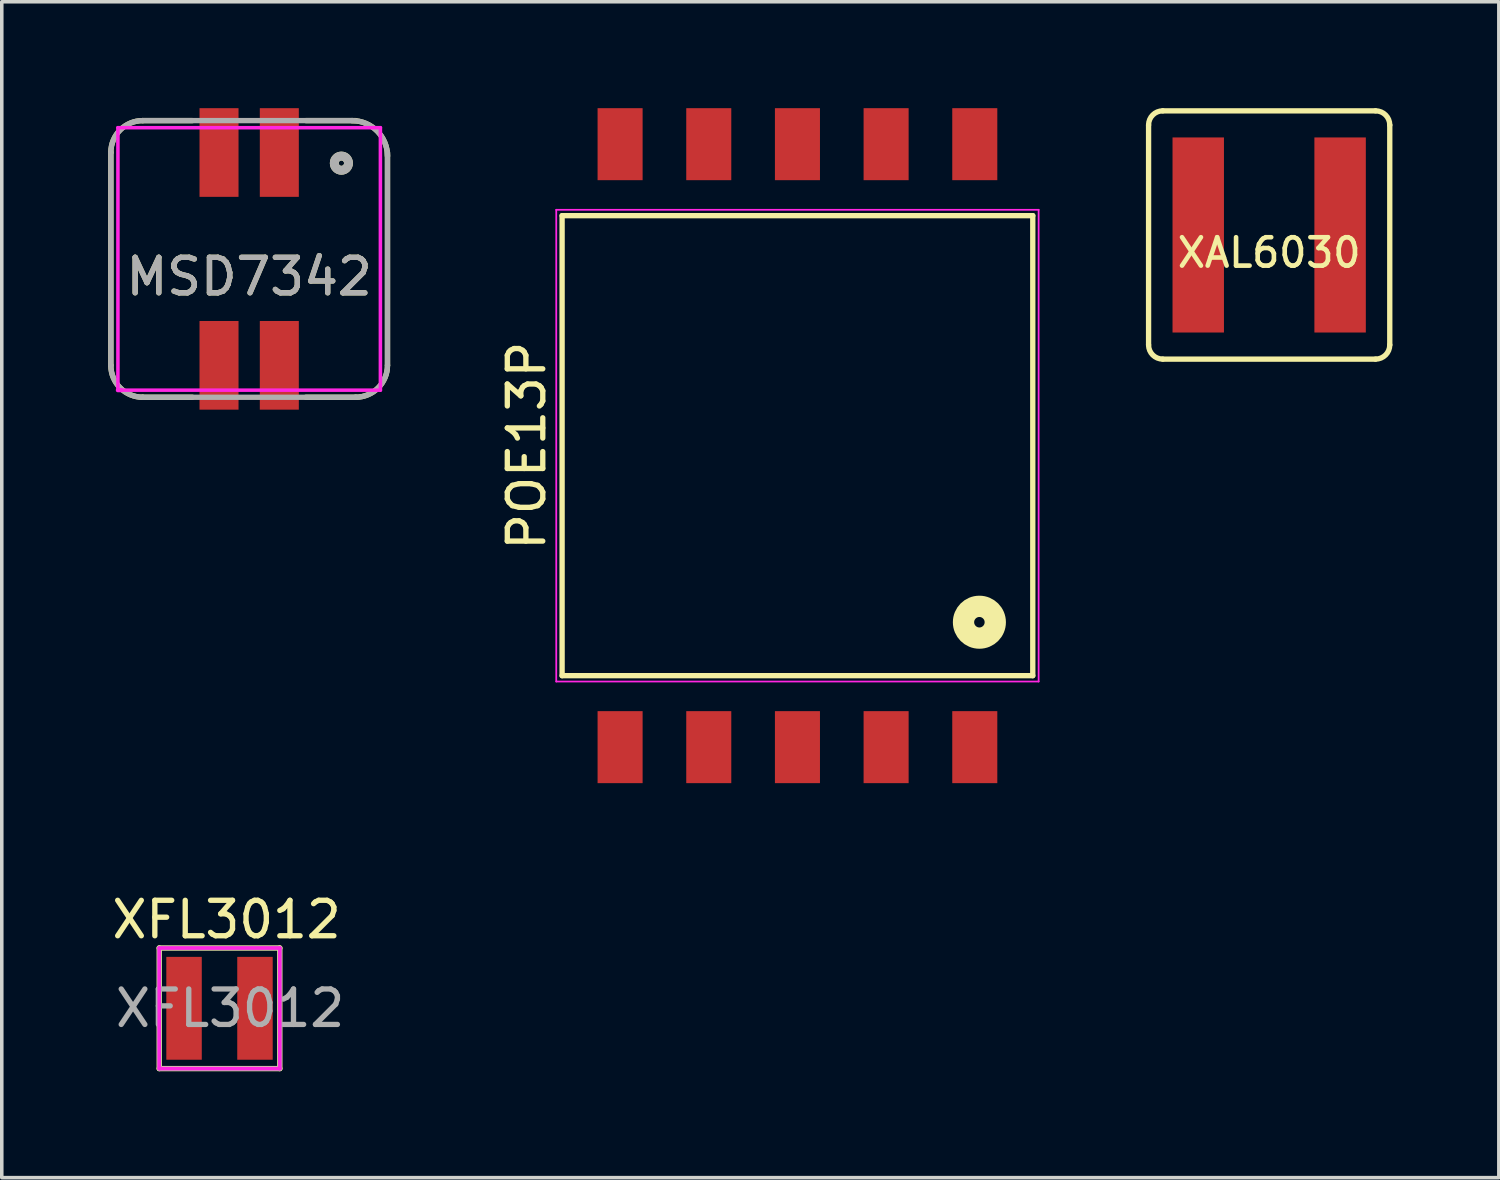
<source format=kicad_pcb>
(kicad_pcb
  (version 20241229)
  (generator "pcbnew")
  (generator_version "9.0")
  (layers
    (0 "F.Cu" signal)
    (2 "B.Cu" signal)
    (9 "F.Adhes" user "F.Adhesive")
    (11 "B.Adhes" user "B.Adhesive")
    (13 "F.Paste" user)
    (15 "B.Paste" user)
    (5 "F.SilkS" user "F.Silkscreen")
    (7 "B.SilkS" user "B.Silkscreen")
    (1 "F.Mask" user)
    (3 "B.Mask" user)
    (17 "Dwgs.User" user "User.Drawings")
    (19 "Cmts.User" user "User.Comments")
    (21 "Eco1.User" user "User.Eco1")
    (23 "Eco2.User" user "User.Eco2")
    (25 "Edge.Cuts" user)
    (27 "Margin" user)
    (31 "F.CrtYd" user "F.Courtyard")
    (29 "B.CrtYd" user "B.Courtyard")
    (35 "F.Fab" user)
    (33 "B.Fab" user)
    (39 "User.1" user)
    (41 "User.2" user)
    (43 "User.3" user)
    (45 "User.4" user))
  (footprint "XFL3012"
    (layer "F.Cu")
    (at 3.139 25.378)
    (property "Reference" "XFL3012" (at 0.2 -2.5 0) (layer "F.SilkS") (effects (font (size 1 1) (thickness 0.15))))
    (attr through_hole)
    (fp_line (start -1.7 -1.7) (end -1.7 1.7) (stroke (width 0.15) (type solid)) (layer "F.SilkS"))
    (fp_line (start -1.7 -1.7) (end 1.7 -1.7) (stroke (width 0.15) (type solid)) (layer "F.SilkS"))
    (fp_line (start -1.7 1.7) (end 1.7 1.7) (stroke (width 0.15) (type solid)) (layer "F.SilkS"))
    (fp_line (start 1.7 1.7) (end 1.7 -1.7) (stroke (width 0.15) (type solid)) (layer "F.SilkS"))
    (fp_line (start -1.7 -1.7) (end 1.7 -1.7) (stroke (width 0.1) (type solid)) (layer "F.CrtYd"))
    (fp_line (start -1.7 1.7) (end -1.7 -1.7) (stroke (width 0.1) (type solid)) (layer "F.CrtYd"))
    (fp_line (start 1.7 -1.7) (end 1.7 1.7) (stroke (width 0.1) (type solid)) (layer "F.CrtYd"))
    (fp_line (start 1.7 1.7) (end -1.7 1.7) (stroke (width 0.1) (type solid)) (layer "F.CrtYd"))
    (fp_line (start -1.7 -1.7) (end 1.7 -1.7) (stroke (width 0.12) (type solid)) (layer "F.Fab"))
    (fp_line (start -1.7 1.7) (end -1.7 -1.7) (stroke (width 0.12) (type solid)) (layer "F.Fab"))
    (fp_line (start 1.7 -1.7) (end 1.7 1.7) (stroke (width 0.12) (type solid)) (layer "F.Fab"))
    (fp_line (start 1.7 1.7) (end -1.7 1.7) (stroke (width 0.12) (type solid)) (layer "F.Fab"))
    (fp_text user "${REFERENCE}" (at 0.3 0 0) (layer "F.Fab") (effects (font (size 1 1) (thickness 0.15))))
    (pad "1" smd rect (at -1 0) (size 1 2.9) (layers "F.Cu" "F.Mask" "F.Paste"))
    (pad "2" smd rect (at 1 0) (size 1 2.9) (layers "F.Cu" "F.Mask" "F.Paste")))
  (footprint "MSD7342"
    (layer "F.Cu")
    (at 3.975 4.25)
    (property "Reference" "MSD7342" (at 0 0.5 0) (layer "F.SilkS") (effects (font (size 1 1) (thickness 0.15))))
    (attr through_hole)
    (fp_line (start -3.9 -3) (end -3.9 3) (stroke (width 0.15) (type solid)) (layer "F.SilkS"))
    (fp_line (start -1.6 -3.9) (end -3 -3.9) (stroke (width 0.15) (type solid)) (layer "F.SilkS"))
    (fp_line (start -1.6 3.9) (end -3 3.9) (stroke (width 0.15) (type solid)) (layer "F.SilkS"))
    (fp_line (start 1.6 -3.9) (end 3 -3.9) (stroke (width 0.15) (type solid)) (layer "F.SilkS"))
    (fp_line (start 1.6 3.9) (end 3 3.9) (stroke (width 0.15) (type solid)) (layer "F.SilkS"))
    (fp_line (start 3.9 -3) (end 3.9 3) (stroke (width 0.15) (type solid)) (layer "F.SilkS"))
    (fp_arc (start -3.9 -3) (mid -3.636396 -3.636396) (end -3 -3.9) (stroke (width 0.15) (type solid)) (layer "F.SilkS"))
    (fp_arc (start -3 3.9) (mid -3.636396 3.636396) (end -3.9 3) (stroke (width 0.15) (type solid)) (layer "F.SilkS"))
    (fp_arc (start 2.9 -3.9) (mid 3.607107 -3.607107) (end 3.9 -2.9) (stroke (width 0.15) (type solid)) (layer "F.SilkS"))
    (fp_arc (start 3.9 3) (mid 3.636396 3.636396) (end 3 3.9) (stroke (width 0.15) (type solid)) (layer "F.SilkS"))
    (fp_circle (center 2.6 -2.7) (end 2.8 -2.7) (stroke (width 0.25) (type solid)) (fill no) (layer "F.SilkS"))
    (fp_line (start -3.7 -3.7) (end 3.7 -3.7) (stroke (width 0.1) (type solid)) (layer "F.CrtYd"))
    (fp_line (start -3.7 3.7) (end -3.7 -3.7) (stroke (width 0.1) (type solid)) (layer "F.CrtYd"))
    (fp_line (start -3.6 3.7) (end -3.7 3.7) (stroke (width 0.12) (type solid)) (layer "F.CrtYd"))
    (fp_line (start 3.7 -3.7) (end 3.7 3.7) (stroke (width 0.1) (type solid)) (layer "F.CrtYd"))
    (fp_line (start 3.7 3.7) (end -3.6 3.7) (stroke (width 0.1) (type solid)) (layer "F.CrtYd"))
    (fp_line (start -3.9 -3) (end -3.9 3) (stroke (width 0.15) (type solid)) (layer "F.Fab"))
    (fp_line (start 2.9 -3.9) (end -3 -3.9) (stroke (width 0.15) (type solid)) (layer "F.Fab"))
    (fp_line (start 3 3.9) (end -3 3.9) (stroke (width 0.15) (type solid)) (layer "F.Fab"))
    (fp_line (start 3.9 -3) (end 3.9 3) (stroke (width 0.15) (type solid)) (layer "F.Fab"))
    (fp_arc (start -3.9 -3) (mid -3.636396 -3.636396) (end -3 -3.9) (stroke (width 0.15) (type solid)) (layer "F.Fab"))
    (fp_arc (start -3 3.9) (mid -3.636396 3.636396) (end -3.9 3) (stroke (width 0.15) (type solid)) (layer "F.Fab"))
    (fp_arc (start 2.9 -3.9) (mid 3.607107 -3.607107) (end 3.9 -2.9) (stroke (width 0.15) (type solid)) (layer "F.Fab"))
    (fp_arc (start 3.9 3) (mid 3.636396 3.636396) (end 3 3.9) (stroke (width 0.15) (type solid)) (layer "F.Fab"))
    (fp_circle (center 2.6 -2.7) (end 2.8 -2.7) (stroke (width 0.25) (type solid)) (fill no) (layer "F.Fab"))
    (fp_text user "${REFERENCE}" (at 0 0.5 0) (layer "F.Fab") (effects (font (size 1 1) (thickness 0.15))))
    (pad "1" smd rect (at 0.85 -3) (size 1.1 2.5) (layers "F.Cu" "F.Mask" "F.Paste"))
    (pad "2" smd rect (at -0.85 -3) (size 1.1 2.5) (layers "F.Cu" "F.Mask" "F.Paste"))
    (pad "3" smd rect (at -0.85 3) (size 1.1 2.5) (layers "F.Cu" "F.Mask" "F.Paste"))
    (pad "4" smd rect (at 0.85 3) (size 1.1 2.5) (layers "F.Cu" "F.Mask" "F.Paste")))
  (footprint "XAL6030"
    (layer "F.Cu")
    (at 32.733 3.575)
    (property "Reference" "XAL6030" (at 0 0.5 0) (layer "F.SilkS") (effects (font (size 0.8 0.8) (thickness 0.13))))
    (attr through_hole)
    (fp_line (start -3.4 -3.1) (end -3.4 3.1) (stroke (width 0.15) (type solid)) (layer "F.SilkS"))
    (fp_line (start -3 3.5) (end 3 3.5) (stroke (width 0.15) (type solid)) (layer "F.SilkS"))
    (fp_line (start 3 -3.5) (end -3 -3.5) (stroke (width 0.15) (type solid)) (layer "F.SilkS"))
    (fp_line (start 3.4 3.1) (end 3.4 -3.1) (stroke (width 0.15) (type solid)) (layer "F.SilkS"))
    (fp_arc (start -3.4 -3.1) (mid -3.282843 -3.382843) (end -3 -3.5) (stroke (width 0.15) (type solid)) (layer "F.SilkS"))
    (fp_arc (start -3 3.5) (mid -3.282843 3.382843) (end -3.4 3.1) (stroke (width 0.15) (type solid)) (layer "F.SilkS"))
    (fp_arc (start 3 -3.5) (mid 3.282843 -3.382843) (end 3.4 -3.1) (stroke (width 0.15) (type solid)) (layer "F.SilkS"))
    (fp_arc (start 3.4 3.1) (mid 3.282843 3.382843) (end 3 3.5) (stroke (width 0.15) (type solid)) (layer "F.SilkS"))
    (pad "1" smd rect (at -2 0) (size 1.45 5.5) (layers "F.Cu" "F.Mask" "F.Paste"))
    (pad "2" smd rect (at 2 0) (size 1.45 5.5) (layers "F.Cu" "F.Mask" "F.Paste")))
  (footprint "POE13P"
    (layer "F.Cu")
    (at 19.433 9.515)
    (property "Reference" "POE13P" (at -7.635 0 90) (layer "F.SilkS") (effects (font (size 1 1) (thickness 0.15))))
    (attr smd)
    (fp_line (start -6.635 -6.485) (end 6.635 -6.485) (stroke (width 0.15) (type solid)) (layer "F.SilkS"))
    (fp_line (start -6.635 6.485) (end -6.635 -6.485) (stroke (width 0.15) (type solid)) (layer "F.SilkS"))
    (fp_line (start 6.635 -6.485) (end 6.635 6.485) (stroke (width 0.15) (type solid)) (layer "F.SilkS"))
    (fp_line (start 6.635 6.485) (end -6.635 6.485) (stroke (width 0.15) (type solid)) (layer "F.SilkS"))
    (fp_circle (center 5.13 4.978) (end 4.91 4.588) (stroke (width 0.6) (type solid)) (fill no) (layer "F.SilkS"))
    (fp_line (start -6.8 -6.65) (end 6.8 -6.65) (stroke (width 0.05) (type solid)) (layer "F.CrtYd"))
    (fp_line (start -6.8 6.65) (end -6.8 -6.65) (stroke (width 0.05) (type solid)) (layer "F.CrtYd"))
    (fp_line (start 6.8 -6.65) (end 6.8 6.65) (stroke (width 0.05) (type solid)) (layer "F.CrtYd"))
    (fp_line (start 6.8 6.65) (end -6.8 6.65) (stroke (width 0.05) (type solid)) (layer "F.CrtYd"))
    (pad "1" smd rect (at 5 8.5) (size 1.27 2.03) (layers "F.Cu" "F.Mask" "F.Paste"))
    (pad "2" smd rect (at 2.5 8.5) (size 1.27 2.03) (layers "F.Cu" "F.Mask" "F.Paste"))
    (pad "3" smd rect (at 0 8.5) (size 1.27 2.03) (layers "F.Cu" "F.Mask" "F.Paste"))
    (pad "4" smd rect (at -2.5 8.5) (size 1.27 2.03) (layers "F.Cu" "F.Mask" "F.Paste"))
    (pad "5" smd rect (at -5 8.5) (size 1.27 2.03) (layers "F.Cu" "F.Mask" "F.Paste"))
    (pad "6" smd rect (at -5 -8.5) (size 1.27 2.03) (layers "F.Cu" "F.Mask" "F.Paste"))
    (pad "7" smd rect (at -2.5 -8.5) (size 1.27 2.03) (layers "F.Cu" "F.Mask" "F.Paste"))
    (pad "8" smd rect (at 0 -8.5) (size 1.27 2.03) (layers "F.Cu" "F.Mask" "F.Paste"))
    (pad "9" smd rect (at 2.5 -8.5) (size 1.27 2.03) (layers "F.Cu" "F.Mask" "F.Paste"))
    (pad "10" smd rect (at 5 -8.5) (size 1.27 2.03) (layers "F.Cu" "F.Mask" "F.Paste")))
  (gr_rect
    (start -3 -3)
    (end 39.208 30.153)
    (stroke (width 0.1) (type default))
    (fill no)
    (layer "Edge.Cuts")))
</source>
